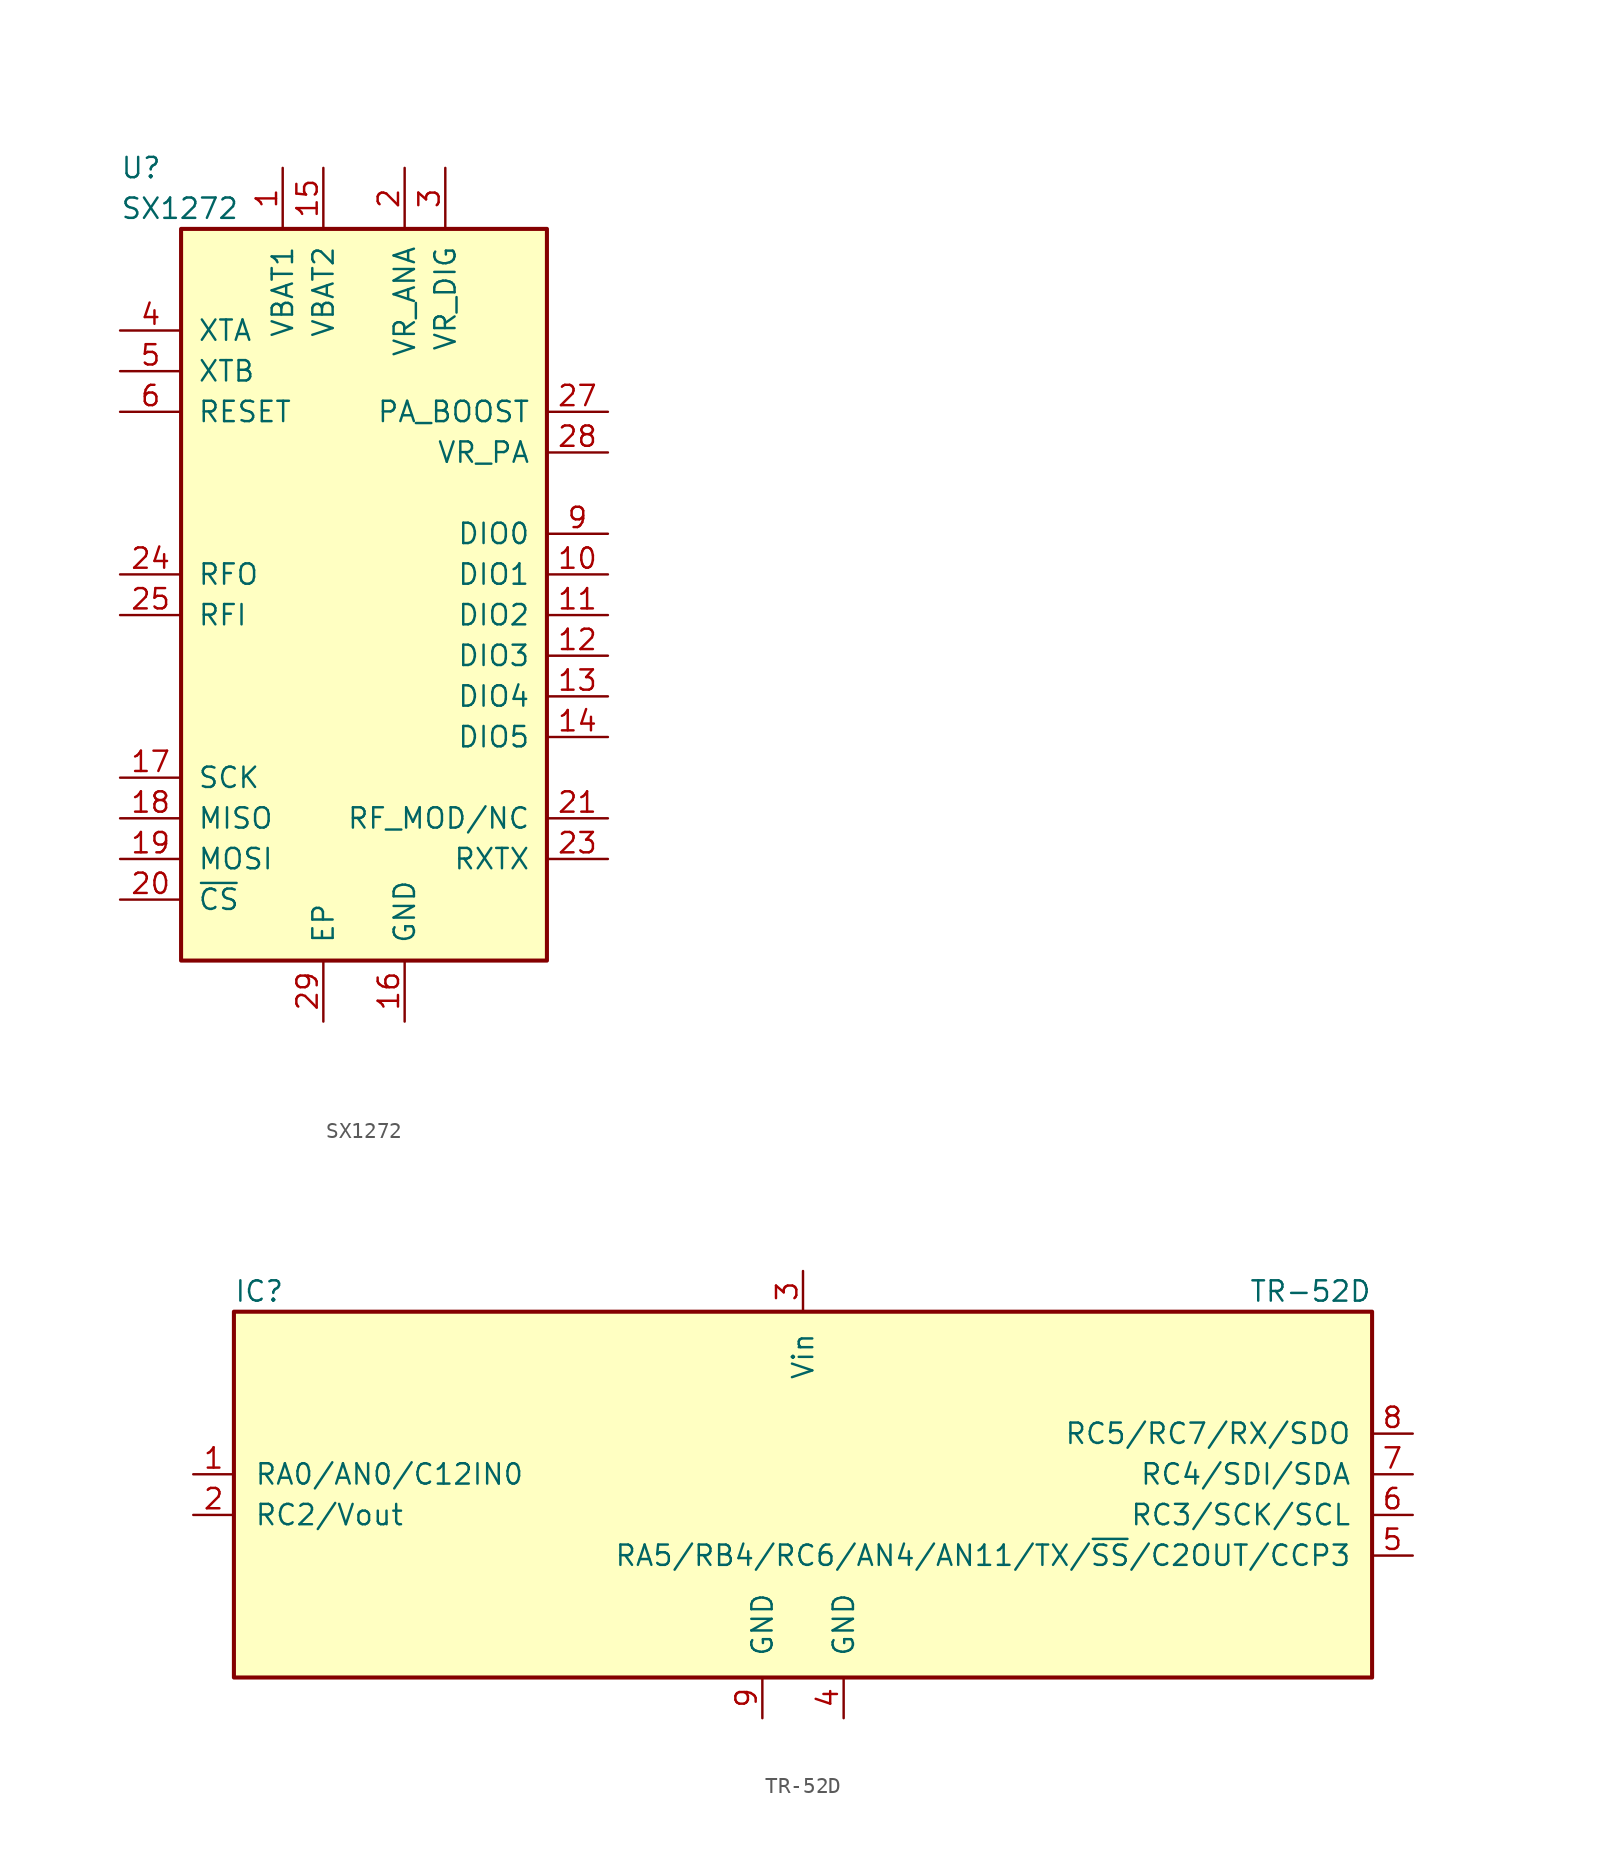
<source format=kicad_sym>
(kicad_symbol_lib
  (version 20231120)
  (generator "kicad_symbol_editor")
  (generator_version "8.0")
  (symbol "SX1272"
    (pin_names
      (offset 1.016))
    (property "Reference" "U"
      (at -15.24 25.4 0)
      (effects (font (size 1.27 1.27)) (justify left)))
    (property "Value" "SX1272"
      (at -15.24 22.86 0)
      (effects (font (size 1.27 1.27)) (justify left)))
    (symbol "SX1272_0_1"
      (rectangle (start -11.43 21.59) (end 11.43 -24.13) (stroke (width 0.254) (type solid)) (fill (type background))))
    (symbol "SX1272_1_1"
      (pin power_in line (at -5.08 25.4 270) (length 3.81) (name "VBAT1" (effects (font (size 1.27 1.27)))) (number "1" (effects (font (size 1.27 1.27)))))
      (pin bidirectional line (at 15.24 0 180) (length 3.81) (name "DIO1" (effects (font (size 1.27 1.27)))) (number "10" (effects (font (size 1.27 1.27)))))
      (pin bidirectional line (at 15.24 -2.54 180) (length 3.81) (name "DIO2" (effects (font (size 1.27 1.27)))) (number "11" (effects (font (size 1.27 1.27)))))
      (pin bidirectional line (at 15.24 -5.08 180) (length 3.81) (name "DIO3" (effects (font (size 1.27 1.27)))) (number "12" (effects (font (size 1.27 1.27)))))
      (pin bidirectional line (at 15.24 -7.62 180) (length 3.81) (name "DIO4" (effects (font (size 1.27 1.27)))) (number "13" (effects (font (size 1.27 1.27)))))
      (pin bidirectional line (at 15.24 -10.16 180) (length 3.81) (name "DIO5" (effects (font (size 1.27 1.27)))) (number "14" (effects (font (size 1.27 1.27)))))
      (pin power_in line (at -2.54 25.4 270) (length 3.81) (name "VBAT2" (effects (font (size 1.27 1.27)))) (number "15" (effects (font (size 1.27 1.27)))))
      (pin power_in line (at 2.54 -27.94 90) (length 3.81) (name "GND" (effects (font (size 1.27 1.27)))) (number "16" (effects (font (size 1.27 1.27)))))
      (pin input line (at -15.24 -12.7 0) (length 3.81) (name "SCK" (effects (font (size 1.27 1.27)))) (number "17" (effects (font (size 1.27 1.27)))))
      (pin output line (at -15.24 -15.24 0) (length 3.81) (name "MISO" (effects (font (size 1.27 1.27)))) (number "18" (effects (font (size 1.27 1.27)))))
      (pin input line (at -15.24 -17.78 0) (length 3.81) (name "MOSI" (effects (font (size 1.27 1.27)))) (number "19" (effects (font (size 1.27 1.27)))))
      (pin power_in line (at 2.54 25.4 270) (length 3.81) (name "VR_ANA" (effects (font (size 1.27 1.27)))) (number "2" (effects (font (size 1.27 1.27)))))
      (pin input line (at -15.24 -20.32 0) (length 3.81) (name "~{CS}" (effects (font (size 1.27 1.27)))) (number "20" (effects (font (size 1.27 1.27)))))
      (pin output line (at 15.24 -15.24 180) (length 3.81) (name "RF_MOD/NC" (effects (font (size 1.27 1.27)))) (number "21" (effects (font (size 1.27 1.27)))))
      (pin passive line (at 2.54 -27.94 90) (length 3.81) hide (name "GND" (effects (font (size 1.27 1.27)))) (number "22" (effects (font (size 1.27 1.27)))))
      (pin output line (at 15.24 -17.78 180) (length 3.81) (name "RXTX" (effects (font (size 1.27 1.27)))) (number "23" (effects (font (size 1.27 1.27)))))
      (pin input line (at -15.24 0 0) (length 3.81) (name "RFO" (effects (font (size 1.27 1.27)))) (number "24" (effects (font (size 1.27 1.27)))))
      (pin output line (at -15.24 -2.54 0) (length 3.81) (name "RFI" (effects (font (size 1.27 1.27)))) (number "25" (effects (font (size 1.27 1.27)))))
      (pin passive line (at 2.54 -27.94 90) (length 3.81) hide (name "GND" (effects (font (size 1.27 1.27)))) (number "26" (effects (font (size 1.27 1.27)))))
      (pin power_out line (at 15.24 10.16 180) (length 3.81) (name "PA_BOOST" (effects (font (size 1.27 1.27)))) (number "27" (effects (font (size 1.27 1.27)))))
      (pin power_out line (at 15.24 7.62 180) (length 3.81) (name "VR_PA" (effects (font (size 1.27 1.27)))) (number "28" (effects (font (size 1.27 1.27)))))
      (pin power_in line (at -2.54 -27.94 90) (length 3.81) (name "EP" (effects (font (size 1.27 1.27)))) (number "29" (effects (font (size 1.27 1.27)))))
      (pin power_in line (at 5.08 25.4 270) (length 3.81) (name "VR_DIG" (effects (font (size 1.27 1.27)))) (number "3" (effects (font (size 1.27 1.27)))))
      (pin bidirectional line (at -15.24 15.24 0) (length 3.81) (name "XTA" (effects (font (size 1.27 1.27)))) (number "4" (effects (font (size 1.27 1.27)))))
      (pin bidirectional line (at -15.24 12.7 0) (length 3.81) (name "XTB" (effects (font (size 1.27 1.27)))) (number "5" (effects (font (size 1.27 1.27)))))
      (pin input line (at -15.24 10.16 0) (length 3.81) (name "RESET" (effects (font (size 1.27 1.27)))) (number "6" (effects (font (size 1.27 1.27)))))
      (pin no_connect line (at -15.24 5.08 0) (length 3.81) hide (name "NC" (effects (font (size 1.27 1.27)))) (number "7" (effects (font (size 1.27 1.27)))))
      (pin no_connect line (at -15.24 2.54 0) (length 3.81) hide (name "NC" (effects (font (size 1.27 1.27)))) (number "8" (effects (font (size 1.27 1.27)))))
      (pin bidirectional line (at 15.24 2.54 180) (length 3.81) (name "DIO0" (effects (font (size 1.27 1.27)))) (number "9" (effects (font (size 1.27 1.27)))))))
  (symbol "TR-52D"
    (pin_names
      (offset 1.27))
    (property "Reference" "IC"
      (at -35.56 11.43 0)
      (effects (font (size 1.27 1.27)) (justify left)))
    (property "Value" "TR-52D"
      (at 35.56 11.43 0)
      (effects (font (size 1.27 1.27)) (justify right)))
    (symbol "TR-52D_0_1"
      (rectangle (start -35.56 10.16) (end 35.56 -12.7) (stroke (width 0.254) (type solid)) (fill (type background))))
    (symbol "TR-52D_1_1"
      (pin bidirectional line (at -38.1 0 0) (length 2.54) (name "RA0/AN0/C12IN0" (effects (font (size 1.27 1.27)))) (number "1" (effects (font (size 1.27 1.27)))))
      (pin bidirectional line (at -38.1 -2.54 0) (length 2.54) (name "RC2/Vout" (effects (font (size 1.27 1.27)))) (number "2" (effects (font (size 1.27 1.27)))))
      (pin power_in line (at 0 12.7 270) (length 2.54) (name "Vin" (effects (font (size 1.27 1.27)))) (number "3" (effects (font (size 1.27 1.27)))))
      (pin power_in line (at 2.54 -15.24 90) (length 2.54) (name "GND" (effects (font (size 1.27 1.27)))) (number "4" (effects (font (size 1.27 1.27)))))
      (pin bidirectional line (at 38.1 -5.08 180) (length 2.54) (name "RA5/RB4/RC6/AN4/AN11/TX/~{SS}/C2OUT/CCP3" (effects (font (size 1.27 1.27)))) (number "5" (effects (font (size 1.27 1.27)))))
      (pin bidirectional line (at 38.1 -2.54 180) (length 2.54) (name "RC3/SCK/SCL" (effects (font (size 1.27 1.27)))) (number "6" (effects (font (size 1.27 1.27)))))
      (pin bidirectional line (at 38.1 0 180) (length 2.54) (name "RC4/SDI/SDA" (effects (font (size 1.27 1.27)))) (number "7" (effects (font (size 1.27 1.27)))))
      (pin bidirectional line (at 38.1 2.54 180) (length 2.54) (name "RC5/RC7/RX/SDO" (effects (font (size 1.27 1.27)))) (number "8" (effects (font (size 1.27 1.27)))))
      (pin power_in line (at -2.54 -15.24 90) (length 2.54) (name "GND" (effects (font (size 1.27 1.27)))) (number "9" (effects (font (size 1.27 1.27))))))))
</source>
